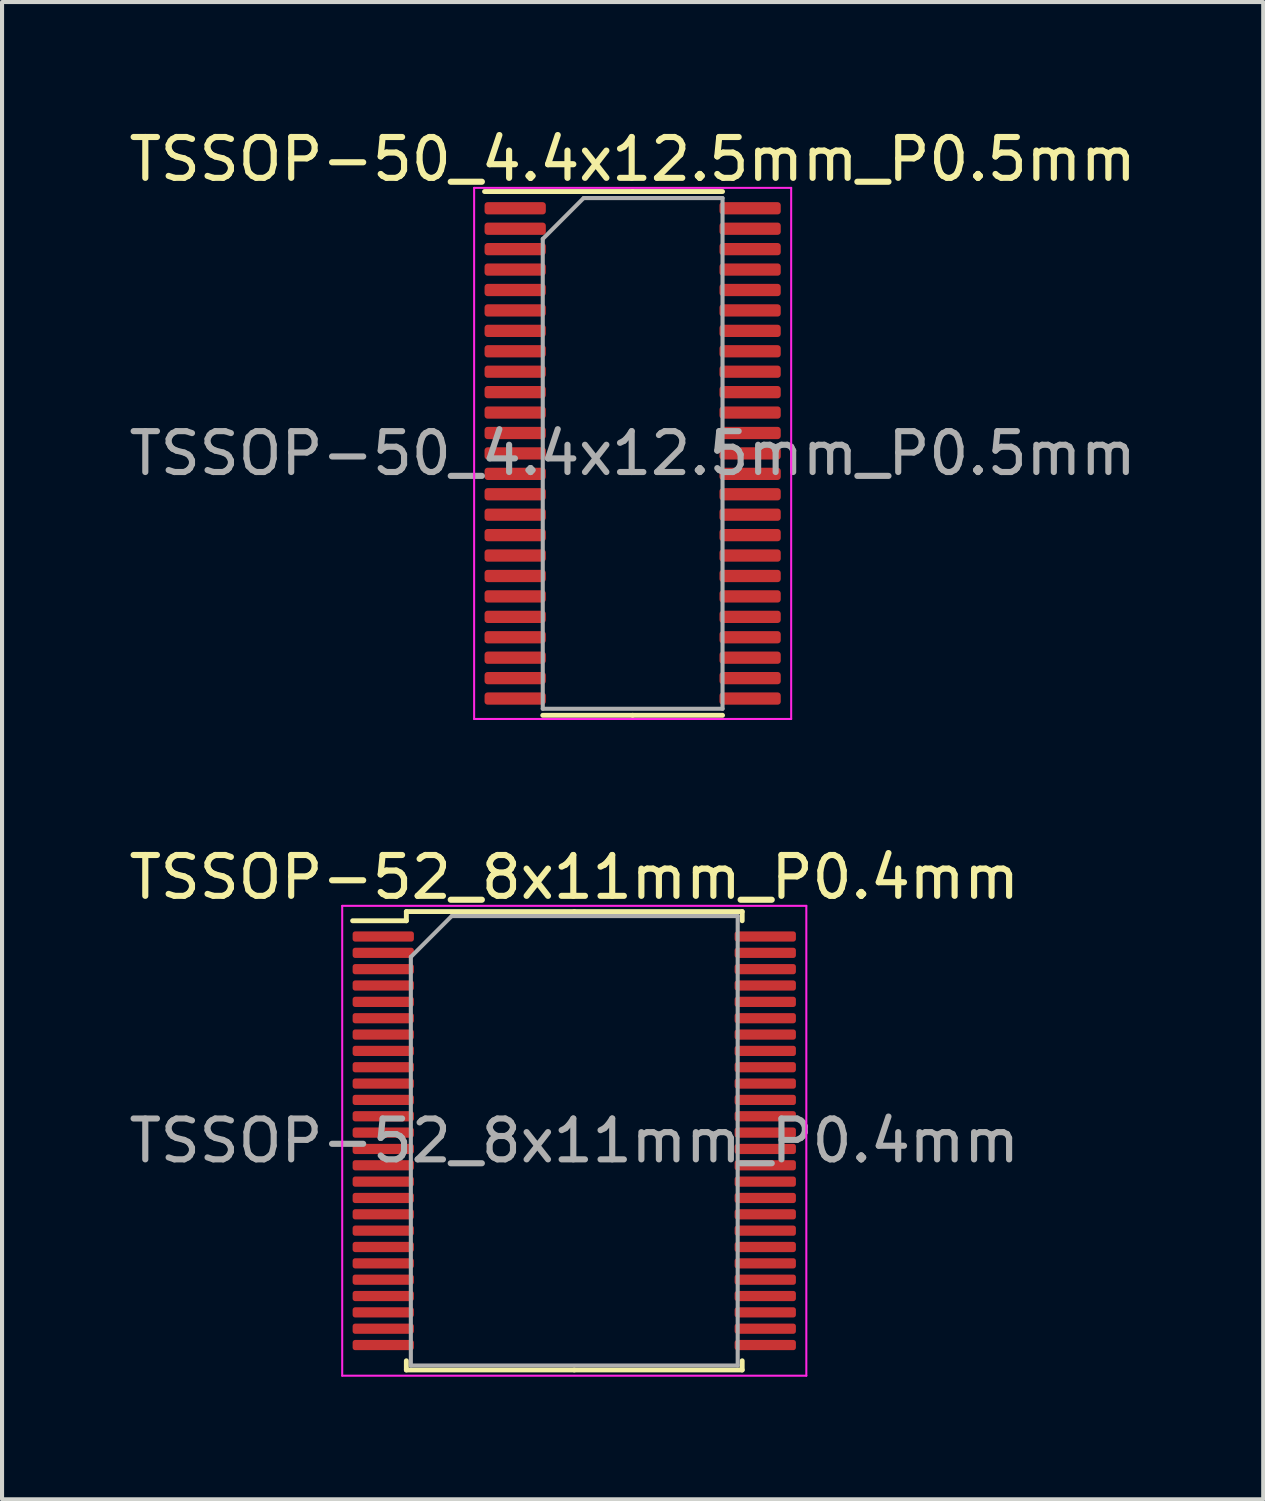
<source format=kicad_pcb>
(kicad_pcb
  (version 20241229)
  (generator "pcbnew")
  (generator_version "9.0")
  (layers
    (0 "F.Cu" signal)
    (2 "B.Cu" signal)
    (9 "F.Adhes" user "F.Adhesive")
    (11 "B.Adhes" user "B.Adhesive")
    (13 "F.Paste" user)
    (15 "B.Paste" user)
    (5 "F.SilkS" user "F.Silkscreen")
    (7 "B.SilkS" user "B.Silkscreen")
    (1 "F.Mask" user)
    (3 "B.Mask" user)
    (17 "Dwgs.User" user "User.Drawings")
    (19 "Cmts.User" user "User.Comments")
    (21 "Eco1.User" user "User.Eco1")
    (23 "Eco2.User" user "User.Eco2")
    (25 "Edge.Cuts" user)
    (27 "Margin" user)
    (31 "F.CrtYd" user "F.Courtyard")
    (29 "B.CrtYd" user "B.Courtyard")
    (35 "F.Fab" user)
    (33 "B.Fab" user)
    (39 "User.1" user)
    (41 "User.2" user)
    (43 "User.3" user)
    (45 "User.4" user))
  (footprint "TSSOP-52_8x11mm_P0.4mm"
    (layer "F.Cu")
    (at 11.006 24.872)
    (property "Reference" "TSSOP-52_8x11mm_P0.4mm" (at 0 -6.45 0) (layer "F.SilkS") (effects (font (size 1 1) (thickness 0.15))))
    (attr smd)
    (fp_line (start -4.11 -5.61) (end -4.11 -5.385) (stroke (width 0.12) (type solid)) (layer "F.SilkS"))
    (fp_line (start -4.11 -5.385) (end -5.425 -5.385) (stroke (width 0.12) (type solid)) (layer "F.SilkS"))
    (fp_line (start -4.11 5.61) (end -4.11 5.385) (stroke (width 0.12) (type solid)) (layer "F.SilkS"))
    (fp_line (start 0 -5.61) (end -4.11 -5.61) (stroke (width 0.12) (type solid)) (layer "F.SilkS"))
    (fp_line (start 0 -5.61) (end 4.11 -5.61) (stroke (width 0.12) (type solid)) (layer "F.SilkS"))
    (fp_line (start 0 5.61) (end -4.11 5.61) (stroke (width 0.12) (type solid)) (layer "F.SilkS"))
    (fp_line (start 0 5.61) (end 4.11 5.61) (stroke (width 0.12) (type solid)) (layer "F.SilkS"))
    (fp_line (start 4.11 -5.61) (end 4.11 -5.385) (stroke (width 0.12) (type solid)) (layer "F.SilkS"))
    (fp_line (start 4.11 5.61) (end 4.11 5.385) (stroke (width 0.12) (type solid)) (layer "F.SilkS"))
    (fp_line (start -5.68 -5.75) (end -5.68 5.75) (stroke (width 0.05) (type solid)) (layer "F.CrtYd"))
    (fp_line (start -5.68 5.75) (end 5.68 5.75) (stroke (width 0.05) (type solid)) (layer "F.CrtYd"))
    (fp_line (start 5.68 -5.75) (end -5.68 -5.75) (stroke (width 0.05) (type solid)) (layer "F.CrtYd"))
    (fp_line (start 5.68 5.75) (end 5.68 -5.75) (stroke (width 0.05) (type solid)) (layer "F.CrtYd"))
    (fp_line (start -4 -4.5) (end -3 -5.5) (stroke (width 0.1) (type solid)) (layer "F.Fab"))
    (fp_line (start -4 5.5) (end -4 -4.5) (stroke (width 0.1) (type solid)) (layer "F.Fab"))
    (fp_line (start -3 -5.5) (end 4 -5.5) (stroke (width 0.1) (type solid)) (layer "F.Fab"))
    (fp_line (start 4 -5.5) (end 4 5.5) (stroke (width 0.1) (type solid)) (layer "F.Fab"))
    (fp_line (start 4 5.5) (end -4 5.5) (stroke (width 0.1) (type solid)) (layer "F.Fab"))
    (fp_text user "${REFERENCE}" (at 0 0 0) (layer "F.Fab") (effects (font (size 1 1) (thickness 0.15))))
    (pad "1" smd roundrect (at -4.675 -5) (size 1.5 0.25) (layers "F.Cu" "F.Mask" "F.Paste") (roundrect_rratio 0.25))
    (pad "2" smd roundrect (at -4.675 -4.6) (size 1.5 0.25) (layers "F.Cu" "F.Mask" "F.Paste") (roundrect_rratio 0.25))
    (pad "3" smd roundrect (at -4.675 -4.2) (size 1.5 0.25) (layers "F.Cu" "F.Mask" "F.Paste") (roundrect_rratio 0.25))
    (pad "4" smd roundrect (at -4.675 -3.8) (size 1.5 0.25) (layers "F.Cu" "F.Mask" "F.Paste") (roundrect_rratio 0.25))
    (pad "5" smd roundrect (at -4.675 -3.4) (size 1.5 0.25) (layers "F.Cu" "F.Mask" "F.Paste") (roundrect_rratio 0.25))
    (pad "6" smd roundrect (at -4.675 -3) (size 1.5 0.25) (layers "F.Cu" "F.Mask" "F.Paste") (roundrect_rratio 0.25))
    (pad "7" smd roundrect (at -4.675 -2.6) (size 1.5 0.25) (layers "F.Cu" "F.Mask" "F.Paste") (roundrect_rratio 0.25))
    (pad "8" smd roundrect (at -4.675 -2.2) (size 1.5 0.25) (layers "F.Cu" "F.Mask" "F.Paste") (roundrect_rratio 0.25))
    (pad "9" smd roundrect (at -4.675 -1.8) (size 1.5 0.25) (layers "F.Cu" "F.Mask" "F.Paste") (roundrect_rratio 0.25))
    (pad "10" smd roundrect (at -4.675 -1.4) (size 1.5 0.25) (layers "F.Cu" "F.Mask" "F.Paste") (roundrect_rratio 0.25))
    (pad "11" smd roundrect (at -4.675 -1) (size 1.5 0.25) (layers "F.Cu" "F.Mask" "F.Paste") (roundrect_rratio 0.25))
    (pad "12" smd roundrect (at -4.675 -0.6) (size 1.5 0.25) (layers "F.Cu" "F.Mask" "F.Paste") (roundrect_rratio 0.25))
    (pad "13" smd roundrect (at -4.675 -0.2) (size 1.5 0.25) (layers "F.Cu" "F.Mask" "F.Paste") (roundrect_rratio 0.25))
    (pad "14" smd roundrect (at -4.675 0.2) (size 1.5 0.25) (layers "F.Cu" "F.Mask" "F.Paste") (roundrect_rratio 0.25))
    (pad "15" smd roundrect (at -4.675 0.6) (size 1.5 0.25) (layers "F.Cu" "F.Mask" "F.Paste") (roundrect_rratio 0.25))
    (pad "16" smd roundrect (at -4.675 1) (size 1.5 0.25) (layers "F.Cu" "F.Mask" "F.Paste") (roundrect_rratio 0.25))
    (pad "17" smd roundrect (at -4.675 1.4) (size 1.5 0.25) (layers "F.Cu" "F.Mask" "F.Paste") (roundrect_rratio 0.25))
    (pad "18" smd roundrect (at -4.675 1.8) (size 1.5 0.25) (layers "F.Cu" "F.Mask" "F.Paste") (roundrect_rratio 0.25))
    (pad "19" smd roundrect (at -4.675 2.2) (size 1.5 0.25) (layers "F.Cu" "F.Mask" "F.Paste") (roundrect_rratio 0.25))
    (pad "20" smd roundrect (at -4.675 2.6) (size 1.5 0.25) (layers "F.Cu" "F.Mask" "F.Paste") (roundrect_rratio 0.25))
    (pad "21" smd roundrect (at -4.675 3) (size 1.5 0.25) (layers "F.Cu" "F.Mask" "F.Paste") (roundrect_rratio 0.25))
    (pad "22" smd roundrect (at -4.675 3.4) (size 1.5 0.25) (layers "F.Cu" "F.Mask" "F.Paste") (roundrect_rratio 0.25))
    (pad "23" smd roundrect (at -4.675 3.8) (size 1.5 0.25) (layers "F.Cu" "F.Mask" "F.Paste") (roundrect_rratio 0.25))
    (pad "24" smd roundrect (at -4.675 4.2) (size 1.5 0.25) (layers "F.Cu" "F.Mask" "F.Paste") (roundrect_rratio 0.25))
    (pad "25" smd roundrect (at -4.675 4.6) (size 1.5 0.25) (layers "F.Cu" "F.Mask" "F.Paste") (roundrect_rratio 0.25))
    (pad "26" smd roundrect (at -4.675 5) (size 1.5 0.25) (layers "F.Cu" "F.Mask" "F.Paste") (roundrect_rratio 0.25))
    (pad "27" smd roundrect (at 4.675 5) (size 1.5 0.25) (layers "F.Cu" "F.Mask" "F.Paste") (roundrect_rratio 0.25))
    (pad "28" smd roundrect (at 4.675 4.6) (size 1.5 0.25) (layers "F.Cu" "F.Mask" "F.Paste") (roundrect_rratio 0.25))
    (pad "29" smd roundrect (at 4.675 4.2) (size 1.5 0.25) (layers "F.Cu" "F.Mask" "F.Paste") (roundrect_rratio 0.25))
    (pad "30" smd roundrect (at 4.675 3.8) (size 1.5 0.25) (layers "F.Cu" "F.Mask" "F.Paste") (roundrect_rratio 0.25))
    (pad "31" smd roundrect (at 4.675 3.4) (size 1.5 0.25) (layers "F.Cu" "F.Mask" "F.Paste") (roundrect_rratio 0.25))
    (pad "32" smd roundrect (at 4.675 3) (size 1.5 0.25) (layers "F.Cu" "F.Mask" "F.Paste") (roundrect_rratio 0.25))
    (pad "33" smd roundrect (at 4.675 2.6) (size 1.5 0.25) (layers "F.Cu" "F.Mask" "F.Paste") (roundrect_rratio 0.25))
    (pad "34" smd roundrect (at 4.675 2.2) (size 1.5 0.25) (layers "F.Cu" "F.Mask" "F.Paste") (roundrect_rratio 0.25))
    (pad "35" smd roundrect (at 4.675 1.8) (size 1.5 0.25) (layers "F.Cu" "F.Mask" "F.Paste") (roundrect_rratio 0.25))
    (pad "36" smd roundrect (at 4.675 1.4) (size 1.5 0.25) (layers "F.Cu" "F.Mask" "F.Paste") (roundrect_rratio 0.25))
    (pad "37" smd roundrect (at 4.675 1) (size 1.5 0.25) (layers "F.Cu" "F.Mask" "F.Paste") (roundrect_rratio 0.25))
    (pad "38" smd roundrect (at 4.675 0.6) (size 1.5 0.25) (layers "F.Cu" "F.Mask" "F.Paste") (roundrect_rratio 0.25))
    (pad "39" smd roundrect (at 4.675 0.2) (size 1.5 0.25) (layers "F.Cu" "F.Mask" "F.Paste") (roundrect_rratio 0.25))
    (pad "40" smd roundrect (at 4.675 -0.2) (size 1.5 0.25) (layers "F.Cu" "F.Mask" "F.Paste") (roundrect_rratio 0.25))
    (pad "41" smd roundrect (at 4.675 -0.6) (size 1.5 0.25) (layers "F.Cu" "F.Mask" "F.Paste") (roundrect_rratio 0.25))
    (pad "42" smd roundrect (at 4.675 -1) (size 1.5 0.25) (layers "F.Cu" "F.Mask" "F.Paste") (roundrect_rratio 0.25))
    (pad "43" smd roundrect (at 4.675 -1.4) (size 1.5 0.25) (layers "F.Cu" "F.Mask" "F.Paste") (roundrect_rratio 0.25))
    (pad "44" smd roundrect (at 4.675 -1.8) (size 1.5 0.25) (layers "F.Cu" "F.Mask" "F.Paste") (roundrect_rratio 0.25))
    (pad "45" smd roundrect (at 4.675 -2.2) (size 1.5 0.25) (layers "F.Cu" "F.Mask" "F.Paste") (roundrect_rratio 0.25))
    (pad "46" smd roundrect (at 4.675 -2.6) (size 1.5 0.25) (layers "F.Cu" "F.Mask" "F.Paste") (roundrect_rratio 0.25))
    (pad "47" smd roundrect (at 4.675 -3) (size 1.5 0.25) (layers "F.Cu" "F.Mask" "F.Paste") (roundrect_rratio 0.25))
    (pad "48" smd roundrect (at 4.675 -3.4) (size 1.5 0.25) (layers "F.Cu" "F.Mask" "F.Paste") (roundrect_rratio 0.25))
    (pad "49" smd roundrect (at 4.675 -3.8) (size 1.5 0.25) (layers "F.Cu" "F.Mask" "F.Paste") (roundrect_rratio 0.25))
    (pad "50" smd roundrect (at 4.675 -4.2) (size 1.5 0.25) (layers "F.Cu" "F.Mask" "F.Paste") (roundrect_rratio 0.25))
    (pad "51" smd roundrect (at 4.675 -4.6) (size 1.5 0.25) (layers "F.Cu" "F.Mask" "F.Paste") (roundrect_rratio 0.25))
    (pad "52" smd roundrect (at 4.675 -5) (size 1.5 0.25) (layers "F.Cu" "F.Mask" "F.Paste") (roundrect_rratio 0.25)))
  (footprint "TSSOP-50_4.4x12.5mm_P0.5mm"
    (layer "F.Cu")
    (at 12.435 8.048)
    (property "Reference" "TSSOP-50_4.4x12.5mm_P0.5mm" (at 0 -7.2 0) (layer "F.SilkS") (effects (font (size 1 1) (thickness 0.15))))
    (attr smd)
    (fp_line (start 0 -6.41) (end -3.625 -6.41) (stroke (width 0.12) (type solid)) (layer "F.SilkS"))
    (fp_line (start 0 -6.41) (end 2.2 -6.41) (stroke (width 0.12) (type solid)) (layer "F.SilkS"))
    (fp_line (start 0 6.41) (end -2.2 6.41) (stroke (width 0.12) (type solid)) (layer "F.SilkS"))
    (fp_line (start 0 6.41) (end 2.2 6.41) (stroke (width 0.12) (type solid)) (layer "F.SilkS"))
    (fp_line (start -3.88 -6.5) (end -3.88 6.5) (stroke (width 0.05) (type solid)) (layer "F.CrtYd"))
    (fp_line (start -3.88 6.5) (end 3.88 6.5) (stroke (width 0.05) (type solid)) (layer "F.CrtYd"))
    (fp_line (start 3.88 -6.5) (end -3.88 -6.5) (stroke (width 0.05) (type solid)) (layer "F.CrtYd"))
    (fp_line (start 3.88 6.5) (end 3.88 -6.5) (stroke (width 0.05) (type solid)) (layer "F.CrtYd"))
    (fp_line (start -2.2 -5.25) (end -1.2 -6.25) (stroke (width 0.1) (type solid)) (layer "F.Fab"))
    (fp_line (start -2.2 6.25) (end -2.2 -5.25) (stroke (width 0.1) (type solid)) (layer "F.Fab"))
    (fp_line (start -1.2 -6.25) (end 2.2 -6.25) (stroke (width 0.1) (type solid)) (layer "F.Fab"))
    (fp_line (start 2.2 -6.25) (end 2.2 6.25) (stroke (width 0.1) (type solid)) (layer "F.Fab"))
    (fp_line (start 2.2 6.25) (end -2.2 6.25) (stroke (width 0.1) (type solid)) (layer "F.Fab"))
    (fp_text user "${REFERENCE}" (at 0 0 0) (layer "F.Fab") (effects (font (size 1 1) (thickness 0.15))))
    (pad "1" smd roundrect (at -2.875 -6) (size 1.5 0.3) (layers "F.Cu" "F.Mask" "F.Paste") (roundrect_rratio 0.25))
    (pad "2" smd roundrect (at -2.875 -5.5) (size 1.5 0.3) (layers "F.Cu" "F.Mask" "F.Paste") (roundrect_rratio 0.25))
    (pad "3" smd roundrect (at -2.875 -5) (size 1.5 0.3) (layers "F.Cu" "F.Mask" "F.Paste") (roundrect_rratio 0.25))
    (pad "4" smd roundrect (at -2.875 -4.5) (size 1.5 0.3) (layers "F.Cu" "F.Mask" "F.Paste") (roundrect_rratio 0.25))
    (pad "5" smd roundrect (at -2.875 -4) (size 1.5 0.3) (layers "F.Cu" "F.Mask" "F.Paste") (roundrect_rratio 0.25))
    (pad "6" smd roundrect (at -2.875 -3.5) (size 1.5 0.3) (layers "F.Cu" "F.Mask" "F.Paste") (roundrect_rratio 0.25))
    (pad "7" smd roundrect (at -2.875 -3) (size 1.5 0.3) (layers "F.Cu" "F.Mask" "F.Paste") (roundrect_rratio 0.25))
    (pad "8" smd roundrect (at -2.875 -2.5) (size 1.5 0.3) (layers "F.Cu" "F.Mask" "F.Paste") (roundrect_rratio 0.25))
    (pad "9" smd roundrect (at -2.875 -2) (size 1.5 0.3) (layers "F.Cu" "F.Mask" "F.Paste") (roundrect_rratio 0.25))
    (pad "10" smd roundrect (at -2.875 -1.5) (size 1.5 0.3) (layers "F.Cu" "F.Mask" "F.Paste") (roundrect_rratio 0.25))
    (pad "11" smd roundrect (at -2.875 -1) (size 1.5 0.3) (layers "F.Cu" "F.Mask" "F.Paste") (roundrect_rratio 0.25))
    (pad "12" smd roundrect (at -2.875 -0.5) (size 1.5 0.3) (layers "F.Cu" "F.Mask" "F.Paste") (roundrect_rratio 0.25))
    (pad "13" smd roundrect (at -2.875 0) (size 1.5 0.3) (layers "F.Cu" "F.Mask" "F.Paste") (roundrect_rratio 0.25))
    (pad "14" smd roundrect (at -2.875 0.5) (size 1.5 0.3) (layers "F.Cu" "F.Mask" "F.Paste") (roundrect_rratio 0.25))
    (pad "15" smd roundrect (at -2.875 1) (size 1.5 0.3) (layers "F.Cu" "F.Mask" "F.Paste") (roundrect_rratio 0.25))
    (pad "16" smd roundrect (at -2.875 1.5) (size 1.5 0.3) (layers "F.Cu" "F.Mask" "F.Paste") (roundrect_rratio 0.25))
    (pad "17" smd roundrect (at -2.875 2) (size 1.5 0.3) (layers "F.Cu" "F.Mask" "F.Paste") (roundrect_rratio 0.25))
    (pad "18" smd roundrect (at -2.875 2.5) (size 1.5 0.3) (layers "F.Cu" "F.Mask" "F.Paste") (roundrect_rratio 0.25))
    (pad "19" smd roundrect (at -2.875 3) (size 1.5 0.3) (layers "F.Cu" "F.Mask" "F.Paste") (roundrect_rratio 0.25))
    (pad "20" smd roundrect (at -2.875 3.5) (size 1.5 0.3) (layers "F.Cu" "F.Mask" "F.Paste") (roundrect_rratio 0.25))
    (pad "21" smd roundrect (at -2.875 4) (size 1.5 0.3) (layers "F.Cu" "F.Mask" "F.Paste") (roundrect_rratio 0.25))
    (pad "22" smd roundrect (at -2.875 4.5) (size 1.5 0.3) (layers "F.Cu" "F.Mask" "F.Paste") (roundrect_rratio 0.25))
    (pad "23" smd roundrect (at -2.875 5) (size 1.5 0.3) (layers "F.Cu" "F.Mask" "F.Paste") (roundrect_rratio 0.25))
    (pad "24" smd roundrect (at -2.875 5.5) (size 1.5 0.3) (layers "F.Cu" "F.Mask" "F.Paste") (roundrect_rratio 0.25))
    (pad "25" smd roundrect (at -2.875 6) (size 1.5 0.3) (layers "F.Cu" "F.Mask" "F.Paste") (roundrect_rratio 0.25))
    (pad "26" smd roundrect (at 2.875 6) (size 1.5 0.3) (layers "F.Cu" "F.Mask" "F.Paste") (roundrect_rratio 0.25))
    (pad "27" smd roundrect (at 2.875 5.5) (size 1.5 0.3) (layers "F.Cu" "F.Mask" "F.Paste") (roundrect_rratio 0.25))
    (pad "28" smd roundrect (at 2.875 5) (size 1.5 0.3) (layers "F.Cu" "F.Mask" "F.Paste") (roundrect_rratio 0.25))
    (pad "29" smd roundrect (at 2.875 4.5) (size 1.5 0.3) (layers "F.Cu" "F.Mask" "F.Paste") (roundrect_rratio 0.25))
    (pad "30" smd roundrect (at 2.875 4) (size 1.5 0.3) (layers "F.Cu" "F.Mask" "F.Paste") (roundrect_rratio 0.25))
    (pad "31" smd roundrect (at 2.875 3.5) (size 1.5 0.3) (layers "F.Cu" "F.Mask" "F.Paste") (roundrect_rratio 0.25))
    (pad "32" smd roundrect (at 2.875 3) (size 1.5 0.3) (layers "F.Cu" "F.Mask" "F.Paste") (roundrect_rratio 0.25))
    (pad "33" smd roundrect (at 2.875 2.5) (size 1.5 0.3) (layers "F.Cu" "F.Mask" "F.Paste") (roundrect_rratio 0.25))
    (pad "34" smd roundrect (at 2.875 2) (size 1.5 0.3) (layers "F.Cu" "F.Mask" "F.Paste") (roundrect_rratio 0.25))
    (pad "35" smd roundrect (at 2.875 1.5) (size 1.5 0.3) (layers "F.Cu" "F.Mask" "F.Paste") (roundrect_rratio 0.25))
    (pad "36" smd roundrect (at 2.875 1) (size 1.5 0.3) (layers "F.Cu" "F.Mask" "F.Paste") (roundrect_rratio 0.25))
    (pad "37" smd roundrect (at 2.875 0.5) (size 1.5 0.3) (layers "F.Cu" "F.Mask" "F.Paste") (roundrect_rratio 0.25))
    (pad "38" smd roundrect (at 2.875 0) (size 1.5 0.3) (layers "F.Cu" "F.Mask" "F.Paste") (roundrect_rratio 0.25))
    (pad "39" smd roundrect (at 2.875 -0.5) (size 1.5 0.3) (layers "F.Cu" "F.Mask" "F.Paste") (roundrect_rratio 0.25))
    (pad "40" smd roundrect (at 2.875 -1) (size 1.5 0.3) (layers "F.Cu" "F.Mask" "F.Paste") (roundrect_rratio 0.25))
    (pad "41" smd roundrect (at 2.875 -1.5) (size 1.5 0.3) (layers "F.Cu" "F.Mask" "F.Paste") (roundrect_rratio 0.25))
    (pad "42" smd roundrect (at 2.875 -2) (size 1.5 0.3) (layers "F.Cu" "F.Mask" "F.Paste") (roundrect_rratio 0.25))
    (pad "43" smd roundrect (at 2.875 -2.5) (size 1.5 0.3) (layers "F.Cu" "F.Mask" "F.Paste") (roundrect_rratio 0.25))
    (pad "44" smd roundrect (at 2.875 -3) (size 1.5 0.3) (layers "F.Cu" "F.Mask" "F.Paste") (roundrect_rratio 0.25))
    (pad "45" smd roundrect (at 2.875 -3.5) (size 1.5 0.3) (layers "F.Cu" "F.Mask" "F.Paste") (roundrect_rratio 0.25))
    (pad "46" smd roundrect (at 2.875 -4) (size 1.5 0.3) (layers "F.Cu" "F.Mask" "F.Paste") (roundrect_rratio 0.25))
    (pad "47" smd roundrect (at 2.875 -4.5) (size 1.5 0.3) (layers "F.Cu" "F.Mask" "F.Paste") (roundrect_rratio 0.25))
    (pad "48" smd roundrect (at 2.875 -5) (size 1.5 0.3) (layers "F.Cu" "F.Mask" "F.Paste") (roundrect_rratio 0.25))
    (pad "49" smd roundrect (at 2.875 -5.5) (size 1.5 0.3) (layers "F.Cu" "F.Mask" "F.Paste") (roundrect_rratio 0.25))
    (pad "50" smd roundrect (at 2.875 -6) (size 1.5 0.3) (layers "F.Cu" "F.Mask" "F.Paste") (roundrect_rratio 0.25)))
  (gr_rect
    (start -3 -3)
    (end 27.869 33.647)
    (stroke (width 0.1) (type default))
    (fill no)
    (layer "Edge.Cuts")))
</source>
